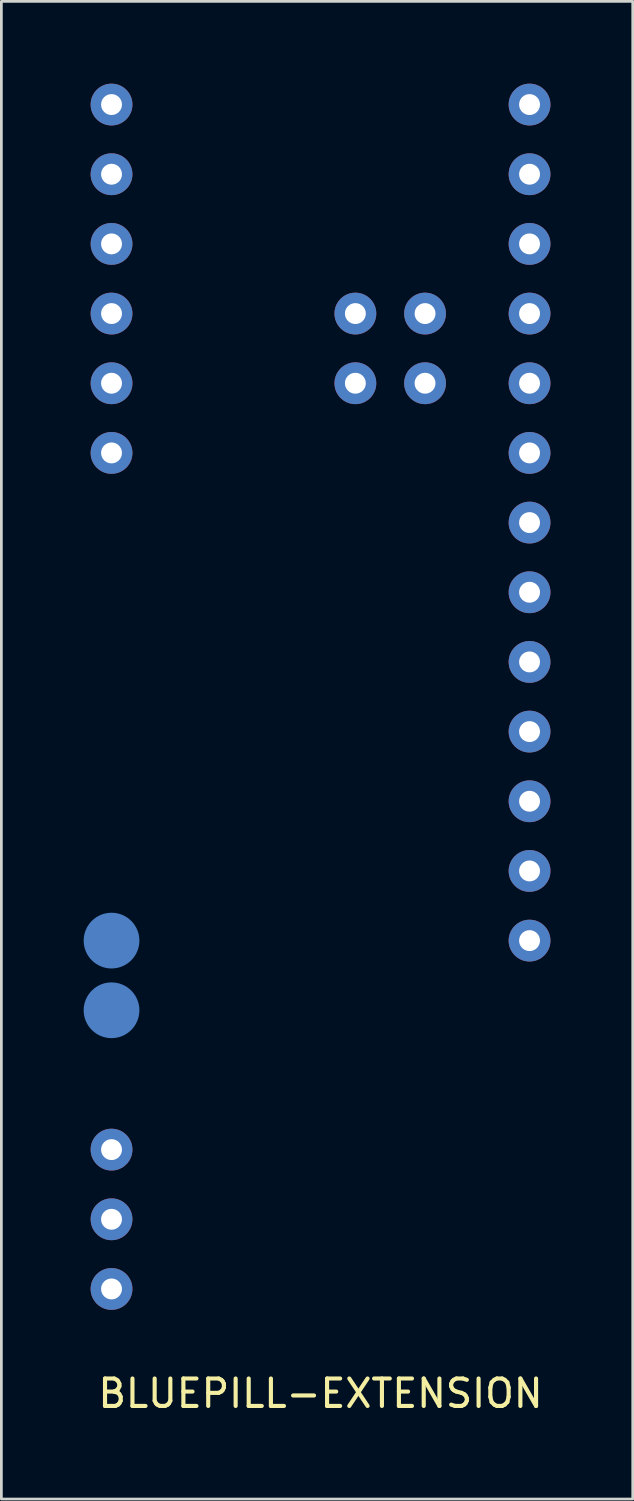
<source format=kicad_pcb>
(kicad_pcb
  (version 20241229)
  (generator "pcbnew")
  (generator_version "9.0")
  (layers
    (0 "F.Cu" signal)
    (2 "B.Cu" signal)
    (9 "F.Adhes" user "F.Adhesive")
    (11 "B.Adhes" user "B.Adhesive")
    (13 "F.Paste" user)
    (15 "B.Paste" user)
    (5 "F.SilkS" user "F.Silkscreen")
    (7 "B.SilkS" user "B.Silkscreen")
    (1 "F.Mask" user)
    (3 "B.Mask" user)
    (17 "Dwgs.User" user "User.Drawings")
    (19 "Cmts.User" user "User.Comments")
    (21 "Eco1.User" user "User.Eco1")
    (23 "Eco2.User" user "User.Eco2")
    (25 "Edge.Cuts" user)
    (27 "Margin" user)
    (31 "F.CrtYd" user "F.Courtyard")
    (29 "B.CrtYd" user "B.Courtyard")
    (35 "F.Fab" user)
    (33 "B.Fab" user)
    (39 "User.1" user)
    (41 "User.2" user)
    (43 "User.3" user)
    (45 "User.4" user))
  (footprint "BLUEPILL-EXTENSION"
    (layer "F.Cu")
    (at 8.636 22.352)
    (property "Reference" "BLUEPILL-EXTENSION" (at 0 25.4 0) (layer "F.SilkS") (effects (font (size 1 1) (thickness 0.15))))
    (attr through_hole)
    (pad "3V3" thru_hole circle (at 7.62 -19.05) (size 1.524 1.524) (drill 0.762) (layers "*.Cu" "*.Mask"))
    (pad "5V" thru_hole circle (at -7.62 19.05) (size 1.524 1.524) (drill 0.762) (layers "*.Cu" "*.Mask"))
    (pad "BOOT" thru_hole circle (at 3.81 -13.97) (size 1.524 1.524) (drill 0.762) (layers "*.Cu" "*.Mask"))
    (pad "BOOT" thru_hole circle (at 3.81 -11.43) (size 1.524 1.524) (drill 0.762) (layers "*.Cu" "*.Mask"))
    (pad "G" thru_hole circle (at -7.62 21.59) (size 1.524 1.524) (drill 0.762) (layers "*.Cu" "*.Mask"))
    (pad "G" thru_hole circle (at 7.62 -21.59) (size 1.524 1.524) (drill 0.762) (layers "*.Cu" "*.Mask"))
    (pad "NRST" thru_hole circle (at 7.62 -16.51) (size 1.524 1.524) (drill 0.762) (layers "*.Cu" "*.Mask"))
    (pad "PA2" thru_hole circle (at 7.62 8.89) (size 1.524 1.524) (drill 0.762) (layers "*.Cu" "*.Mask"))
    (pad "PA3" thru_hole circle (at 7.62 6.35) (size 1.524 1.524) (drill 0.762) (layers "*.Cu" "*.Mask"))
    (pad "PA4" thru_hole circle (at 7.62 3.81) (size 1.524 1.524) (drill 0.762) (layers "*.Cu" "*.Mask"))
    (pad "PA5" thru_hole circle (at 7.62 1.27) (size 1.524 1.524) (drill 0.762) (layers "*.Cu" "*.Mask"))
    (pad "PA6" thru_hole circle (at 7.62 -1.27) (size 1.524 1.524) (drill 0.762) (layers "*.Cu" "*.Mask"))
    (pad "PA7" thru_hole circle (at 7.62 -3.81) (size 1.524 1.524) (drill 0.762) (layers "*.Cu" "*.Mask"))
    (pad "PA8" thru_hole circle (at -7.62 -13.97) (size 1.524 1.524) (drill 0.762) (layers "*.Cu" "*.Mask"))
    (pad "PA9" thru_hole circle (at -7.62 -11.43) (size 1.524 1.524) (drill 0.762) (layers "*.Cu" "*.Mask"))
    (pad "PA10" thru_hole circle (at -7.62 -8.89) (size 1.524 1.524) (drill 0.762) (layers "*.Cu" "*.Mask"))
    (pad "PB0" thru_hole circle (at 7.62 -6.35) (size 1.524 1.524) (drill 0.762) (layers "*.Cu" "*.Mask"))
    (pad "PB1" thru_hole circle (at 7.62 -8.89) (size 1.524 1.524) (drill 0.762) (layers "*.Cu" "*.Mask"))
    (pad "PB2" thru_hole circle (at 1.27 -13.97) (size 1.524 1.524) (drill 0.762) (layers "*.Cu" "*.Mask"))
    (pad "PB2" thru_hole circle (at 1.27 -11.43) (size 1.524 1.524) (drill 0.762) (layers "*.Cu" "*.Mask"))
    (pad "PB6" smd circle (at -7.62 8.89) (size 2.032 2.032) (layers "B.Cu" "B.Mask"))
    (pad "PB7" smd circle (at -7.62 11.43) (size 2.032 2.032) (layers "B.Cu" "B.Mask"))
    (pad "PB9" thru_hole circle (at -7.62 16.51) (size 1.524 1.524) (drill 0.762) (layers "*.Cu" "*.Mask"))
    (pad "PB10" thru_hole circle (at 7.62 -11.43) (size 1.524 1.524) (drill 0.762) (layers "*.Cu" "*.Mask"))
    (pad "PB11" thru_hole circle (at 7.62 -13.97) (size 1.524 1.524) (drill 0.762) (layers "*.Cu" "*.Mask"))
    (pad "PB13" thru_hole circle (at -7.62 -21.59) (size 1.524 1.524) (drill 0.762) (layers "*.Cu" "*.Mask"))
    (pad "PB14" thru_hole circle (at -7.62 -19.05) (size 1.524 1.524) (drill 0.762) (layers "*.Cu" "*.Mask"))
    (pad "PB15" thru_hole circle (at -7.62 -16.51) (size 1.524 1.524) (drill 0.762) (layers "*.Cu" "*.Mask")))
  (gr_rect
    (start -3 -3)
    (end 20.018 51.6)
    (stroke (width 0.1) (type default))
    (fill no)
    (layer "Edge.Cuts")))
</source>
